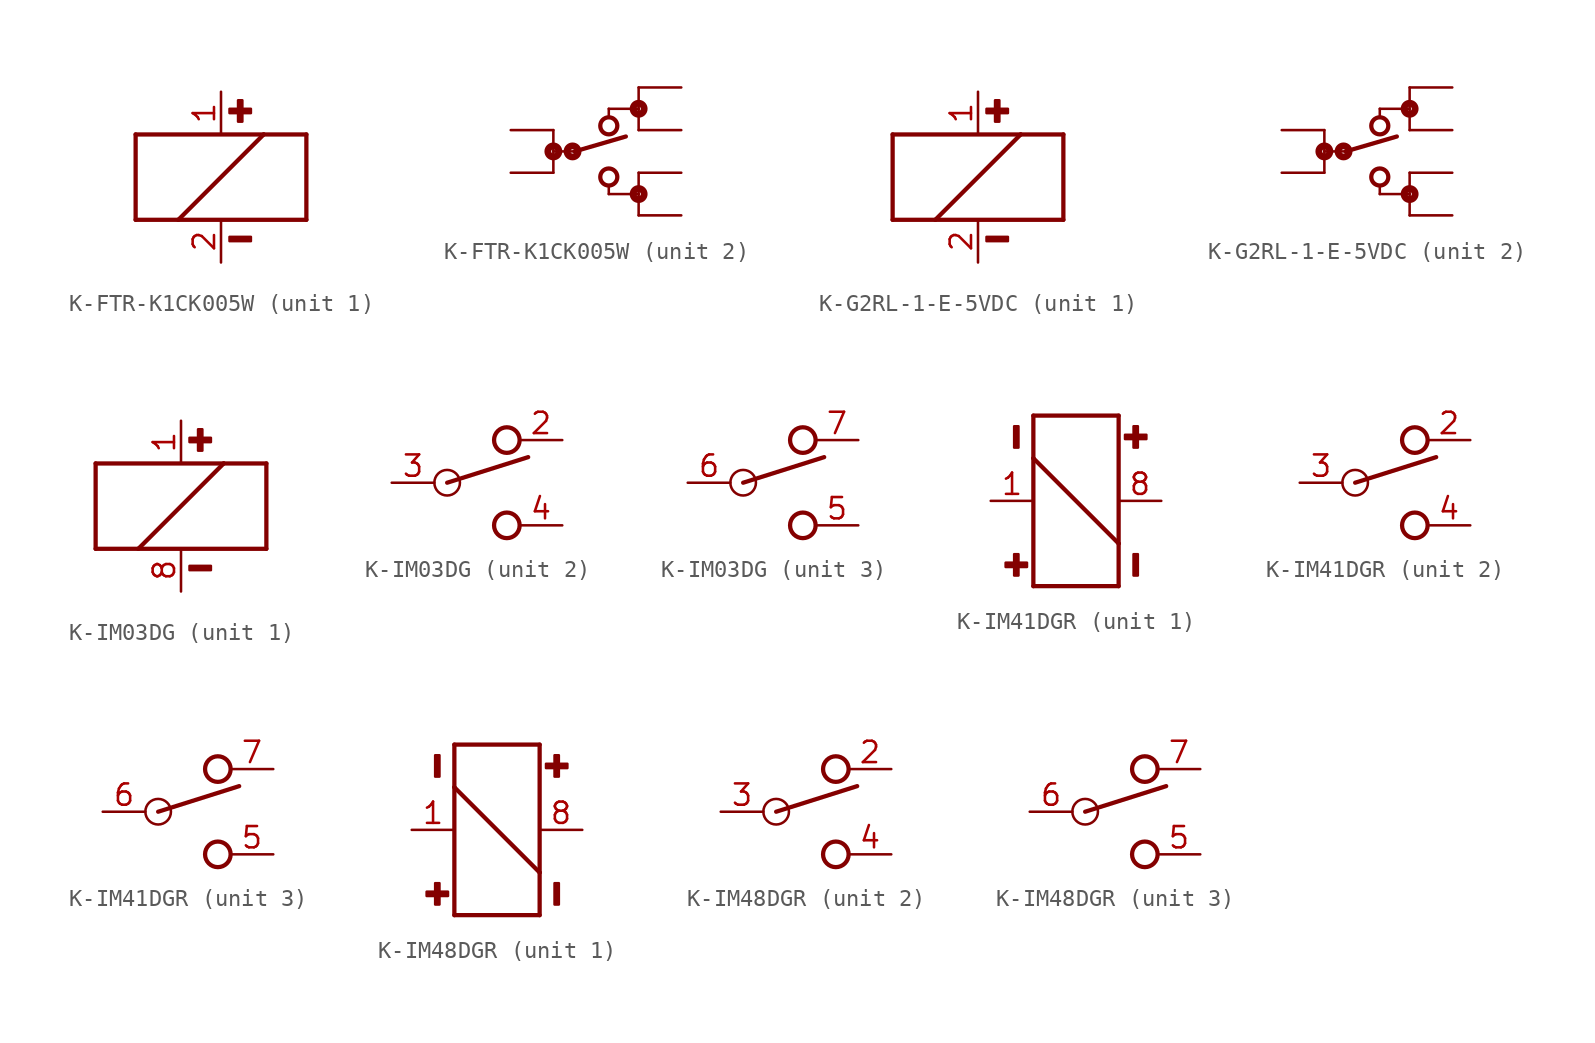
<source format=kicad_sym>
(kicad_symbol_lib
  (version 20231120)
  (generator "kicad_symbol_editor")
  (generator_version "8.0")
  (symbol "K-FTR-K1CK005W"
    (property "Reference" "K"
      (at -2.54 5.08 0)
      (effects (font (size 1.27 1.079)) (justify bottom) (hide yes)))
    (property "ki_locked" ""
      (at 0 0 0)
      (effects (font (size 1.27 1.27))))
    (symbol "K-FTR-K1CK005W_1_0"
      (polyline (pts (xy -5.08 -2.54) (xy -2.54 -2.54)) (stroke (width 0.254) (type solid)) (fill (type none)))
      (polyline (pts (xy -5.08 2.54) (xy -5.08 -2.54)) (stroke (width 0.254) (type solid)) (fill (type none)))
      (polyline (pts (xy -2.54 -2.54) (xy 2.54 2.54)) (stroke (width 0.254) (type solid)) (fill (type none)))
      (polyline (pts (xy -2.54 -2.54) (xy 5.08 -2.54)) (stroke (width 0.254) (type solid)) (fill (type none)))
      (polyline (pts (xy 2.54 2.54) (xy -5.08 2.54)) (stroke (width 0.254) (type solid)) (fill (type none)))
      (polyline (pts (xy 5.08 -2.54) (xy 5.08 2.54)) (stroke (width 0.254) (type solid)) (fill (type none)))
      (polyline (pts (xy 5.08 2.54) (xy 2.54 2.54)) (stroke (width 0.254) (type solid)) (fill (type none)))
      (rectangle (start 0.508 -3.81) (end 1.778 -3.556) (stroke (width 0) (type default)) (fill (type outline)))
      (rectangle (start 0.508 3.81) (end 1.778 4.064) (stroke (width 0) (type default)) (fill (type outline)))
      (rectangle (start 1.016 3.302) (end 1.27 4.572) (stroke (width 0) (type default)) (fill (type outline)))
      (pin passive line (at 0 5.08 270) (length 2.54) (name "P" (effects (font (size 0 0)))) (number "1" (effects (font (size 1.27 1.27)))))
      (pin passive line (at 0 -5.08 90) (length 2.54) (name "M" (effects (font (size 0 0)))) (number "2" (effects (font (size 1.27 1.27))))))
    (symbol "K-FTR-K1CK005W_2_0"
      (circle (center -2.54 1.27) (radius 0.127) (stroke (width 0.406) (type solid)) (fill (type none)))
      (circle (center -1.397 1.27) (radius 0.127) (stroke (width 0.406) (type solid)) (fill (type none)))
      (polyline (pts (xy -2.54 1.27) (xy -2.54 0)) (stroke (width 0.152) (type solid)) (fill (type none)))
      (polyline (pts (xy -2.54 1.27) (xy -1.27 1.27)) (stroke (width 0.152) (type solid)) (fill (type none)))
      (polyline (pts (xy -2.54 2.54) (xy -2.54 1.27)) (stroke (width 0.152) (type solid)) (fill (type none)))
      (polyline (pts (xy -1.27 1.27) (xy 1.778 2.159)) (stroke (width 0.254) (type solid)) (fill (type none)))
      (polyline (pts (xy 0.762 -1.27) (xy 0.762 -0.762)) (stroke (width 0.152) (type solid)) (fill (type none)))
      (polyline (pts (xy 0.762 3.302) (xy 0.762 3.81)) (stroke (width 0.152) (type solid)) (fill (type none)))
      (polyline (pts (xy 0.762 3.81) (xy 2.54 3.81)) (stroke (width 0.152) (type solid)) (fill (type none)))
      (polyline (pts (xy 2.54 -1.27) (xy 0.762 -1.27)) (stroke (width 0.152) (type solid)) (fill (type none)))
      (polyline (pts (xy 2.54 -1.27) (xy 2.54 -2.54)) (stroke (width 0.152) (type solid)) (fill (type none)))
      (polyline (pts (xy 2.54 0) (xy 2.54 -1.27)) (stroke (width 0.152) (type solid)) (fill (type none)))
      (polyline (pts (xy 2.54 3.81) (xy 2.54 2.54)) (stroke (width 0.152) (type solid)) (fill (type none)))
      (polyline (pts (xy 2.54 5.08) (xy 2.54 3.81)) (stroke (width 0.152) (type solid)) (fill (type none)))
      (circle (center 0.762 -0.254) (radius 0.508) (stroke (width 0.254) (type solid)) (fill (type none)))
      (circle (center 0.762 2.794) (radius 0.508) (stroke (width 0.254) (type solid)) (fill (type none)))
      (circle (center 2.54 -1.27) (radius 0.127) (stroke (width 0.406) (type solid)) (fill (type none)))
      (circle (center 2.54 3.81) (radius 0.127) (stroke (width 0.406) (type solid)) (fill (type none)))
      (pin passive line (at -5.08 2.54 0) (length 2.54) (name "C1" (effects (font (size 0 0)))) (number "C1" (effects (font (size 0 0)))))
      (pin passive line (at -5.08 0 0) (length 2.54) (name "C2" (effects (font (size 0 0)))) (number "C2" (effects (font (size 0 0)))))
      (pin passive line (at 5.08 5.08 180) (length 2.54) (name "NC1" (effects (font (size 0 0)))) (number "NC1" (effects (font (size 0 0)))))
      (pin passive line (at 5.08 2.54 180) (length 2.54) (name "NC2" (effects (font (size 0 0)))) (number "NC2" (effects (font (size 0 0)))))
      (pin passive line (at 5.08 0 180) (length 2.54) (name "NO1" (effects (font (size 0 0)))) (number "NO1" (effects (font (size 0 0)))))
      (pin passive line (at 5.08 -2.54 180) (length 2.54) (name "NO2" (effects (font (size 0 0)))) (number "NO2" (effects (font (size 0 0)))))))
  (symbol "K-G2RL-1-E-5VDC"
    (property "Reference" "K"
      (at -2.54 5.08 0)
      (effects (font (size 1.27 1.079)) (justify bottom) (hide yes)))
    (property "ki_locked" ""
      (at 0 0 0)
      (effects (font (size 1.27 1.27))))
    (symbol "K-G2RL-1-E-5VDC_1_0"
      (polyline (pts (xy -5.08 -2.54) (xy -2.54 -2.54)) (stroke (width 0.254) (type solid)) (fill (type none)))
      (polyline (pts (xy -5.08 2.54) (xy -5.08 -2.54)) (stroke (width 0.254) (type solid)) (fill (type none)))
      (polyline (pts (xy -2.54 -2.54) (xy 2.54 2.54)) (stroke (width 0.254) (type solid)) (fill (type none)))
      (polyline (pts (xy -2.54 -2.54) (xy 5.08 -2.54)) (stroke (width 0.254) (type solid)) (fill (type none)))
      (polyline (pts (xy 2.54 2.54) (xy -5.08 2.54)) (stroke (width 0.254) (type solid)) (fill (type none)))
      (polyline (pts (xy 5.08 -2.54) (xy 5.08 2.54)) (stroke (width 0.254) (type solid)) (fill (type none)))
      (polyline (pts (xy 5.08 2.54) (xy 2.54 2.54)) (stroke (width 0.254) (type solid)) (fill (type none)))
      (rectangle (start 0.508 -3.81) (end 1.778 -3.556) (stroke (width 0) (type default)) (fill (type outline)))
      (rectangle (start 0.508 3.81) (end 1.778 4.064) (stroke (width 0) (type default)) (fill (type outline)))
      (rectangle (start 1.016 3.302) (end 1.27 4.572) (stroke (width 0) (type default)) (fill (type outline)))
      (pin passive line (at 0 5.08 270) (length 2.54) (name "P" (effects (font (size 0 0)))) (number "1" (effects (font (size 1.27 1.27)))))
      (pin passive line (at 0 -5.08 90) (length 2.54) (name "M" (effects (font (size 0 0)))) (number "2" (effects (font (size 1.27 1.27))))))
    (symbol "K-G2RL-1-E-5VDC_2_0"
      (circle (center -2.54 1.27) (radius 0.127) (stroke (width 0.406) (type solid)) (fill (type none)))
      (circle (center -1.397 1.27) (radius 0.127) (stroke (width 0.406) (type solid)) (fill (type none)))
      (polyline (pts (xy -2.54 1.27) (xy -2.54 0)) (stroke (width 0.152) (type solid)) (fill (type none)))
      (polyline (pts (xy -2.54 1.27) (xy -1.27 1.27)) (stroke (width 0.152) (type solid)) (fill (type none)))
      (polyline (pts (xy -2.54 2.54) (xy -2.54 1.27)) (stroke (width 0.152) (type solid)) (fill (type none)))
      (polyline (pts (xy -1.27 1.27) (xy 1.778 2.159)) (stroke (width 0.254) (type solid)) (fill (type none)))
      (polyline (pts (xy 0.762 -1.27) (xy 0.762 -0.762)) (stroke (width 0.152) (type solid)) (fill (type none)))
      (polyline (pts (xy 0.762 3.302) (xy 0.762 3.81)) (stroke (width 0.152) (type solid)) (fill (type none)))
      (polyline (pts (xy 0.762 3.81) (xy 2.54 3.81)) (stroke (width 0.152) (type solid)) (fill (type none)))
      (polyline (pts (xy 2.54 -1.27) (xy 0.762 -1.27)) (stroke (width 0.152) (type solid)) (fill (type none)))
      (polyline (pts (xy 2.54 -1.27) (xy 2.54 -2.54)) (stroke (width 0.152) (type solid)) (fill (type none)))
      (polyline (pts (xy 2.54 0) (xy 2.54 -1.27)) (stroke (width 0.152) (type solid)) (fill (type none)))
      (polyline (pts (xy 2.54 3.81) (xy 2.54 2.54)) (stroke (width 0.152) (type solid)) (fill (type none)))
      (polyline (pts (xy 2.54 5.08) (xy 2.54 3.81)) (stroke (width 0.152) (type solid)) (fill (type none)))
      (circle (center 0.762 -0.254) (radius 0.508) (stroke (width 0.254) (type solid)) (fill (type none)))
      (circle (center 0.762 2.794) (radius 0.508) (stroke (width 0.254) (type solid)) (fill (type none)))
      (circle (center 2.54 -1.27) (radius 0.127) (stroke (width 0.406) (type solid)) (fill (type none)))
      (circle (center 2.54 3.81) (radius 0.127) (stroke (width 0.406) (type solid)) (fill (type none)))
      (pin passive line (at -5.08 2.54 0) (length 2.54) (name "C1" (effects (font (size 0 0)))) (number "C1" (effects (font (size 0 0)))))
      (pin passive line (at -5.08 0 0) (length 2.54) (name "C2" (effects (font (size 0 0)))) (number "C2" (effects (font (size 0 0)))))
      (pin passive line (at 5.08 5.08 180) (length 2.54) (name "NC1" (effects (font (size 0 0)))) (number "NC1" (effects (font (size 0 0)))))
      (pin passive line (at 5.08 2.54 180) (length 2.54) (name "NC2" (effects (font (size 0 0)))) (number "NC2" (effects (font (size 0 0)))))
      (pin passive line (at 5.08 0 180) (length 2.54) (name "NO1" (effects (font (size 0 0)))) (number "NO1" (effects (font (size 0 0)))))
      (pin passive line (at 5.08 -2.54 180) (length 2.54) (name "NO2" (effects (font (size 0 0)))) (number "NO2" (effects (font (size 0 0)))))))
  (symbol "K-IM03DG"
    (property "Reference" "K"
      (at 0 5.08 0)
      (effects (font (size 1.778 1.511)) (hide yes)))
    (property "ki_locked" ""
      (at 0 0 0)
      (effects (font (size 1.27 1.27))))
    (symbol "K-IM03DG_1_0"
      (polyline (pts (xy -5.08 -2.54) (xy -2.54 -2.54)) (stroke (width 0.254) (type solid)) (fill (type none)))
      (polyline (pts (xy -5.08 2.54) (xy -5.08 -2.54)) (stroke (width 0.254) (type solid)) (fill (type none)))
      (polyline (pts (xy -2.54 -2.54) (xy 2.54 2.54)) (stroke (width 0.254) (type solid)) (fill (type none)))
      (polyline (pts (xy -2.54 -2.54) (xy 5.08 -2.54)) (stroke (width 0.254) (type solid)) (fill (type none)))
      (polyline (pts (xy 2.54 2.54) (xy -5.08 2.54)) (stroke (width 0.254) (type solid)) (fill (type none)))
      (polyline (pts (xy 5.08 -2.54) (xy 5.08 2.54)) (stroke (width 0.254) (type solid)) (fill (type none)))
      (polyline (pts (xy 5.08 2.54) (xy 2.54 2.54)) (stroke (width 0.254) (type solid)) (fill (type none)))
      (rectangle (start 0.508 -3.81) (end 1.778 -3.556) (stroke (width 0) (type default)) (fill (type outline)))
      (rectangle (start 0.508 3.81) (end 1.778 4.064) (stroke (width 0) (type default)) (fill (type outline)))
      (rectangle (start 1.016 3.302) (end 1.27 4.572) (stroke (width 0) (type default)) (fill (type outline)))
      (pin passive line (at 0 5.08 270) (length 2.54) (name "P" (effects (font (size 0 0)))) (number "1" (effects (font (size 1.27 1.27)))))
      (pin passive line (at 0 -5.08 90) (length 2.54) (name "M" (effects (font (size 0 0)))) (number "8" (effects (font (size 1.27 1.27))))))
    (symbol "K-IM03DG_2_0"
      (circle (center -1.778 0) (radius 0.762) (stroke (width 0) (type solid)) (fill (type none)))
      (polyline (pts (xy -1.778 0) (xy 3.048 1.524)) (stroke (width 0.254) (type solid)) (fill (type none)))
      (circle (center 1.778 -2.54) (radius 0.762) (stroke (width 0.254) (type solid)) (fill (type none)))
      (circle (center 1.778 2.54) (radius 0.762) (stroke (width 0.254) (type solid)) (fill (type none)))
      (pin passive line (at 5.08 2.54 180) (length 2.54) (name "NC" (effects (font (size 0 0)))) (number "2" (effects (font (size 1.27 1.27)))))
      (pin passive line (at -5.08 0 0) (length 2.54) (name "C" (effects (font (size 0 0)))) (number "3" (effects (font (size 1.27 1.27)))))
      (pin passive line (at 5.08 -2.54 180) (length 2.54) (name "NO" (effects (font (size 0 0)))) (number "4" (effects (font (size 1.27 1.27))))))
    (symbol "K-IM03DG_3_0"
      (circle (center -1.778 0) (radius 0.762) (stroke (width 0) (type solid)) (fill (type none)))
      (polyline (pts (xy -1.778 0) (xy 3.048 1.524)) (stroke (width 0.254) (type solid)) (fill (type none)))
      (circle (center 1.778 -2.54) (radius 0.762) (stroke (width 0.254) (type solid)) (fill (type none)))
      (circle (center 1.778 2.54) (radius 0.762) (stroke (width 0.254) (type solid)) (fill (type none)))
      (pin passive line (at 5.08 -2.54 180) (length 2.54) (name "NO" (effects (font (size 0 0)))) (number "5" (effects (font (size 1.27 1.27)))))
      (pin passive line (at -5.08 0 0) (length 2.54) (name "C" (effects (font (size 0 0)))) (number "6" (effects (font (size 1.27 1.27)))))
      (pin passive line (at 5.08 2.54 180) (length 2.54) (name "NC" (effects (font (size 0 0)))) (number "7" (effects (font (size 1.27 1.27)))))))
  (symbol "K-IM41DGR"
    (property "Reference" "K"
      (at 0 5.08 0)
      (effects (font (size 1.778 1.511)) (hide yes)))
    (property "ki_locked" ""
      (at 0 0 0)
      (effects (font (size 1.27 1.27))))
    (symbol "K-IM41DGR_1_0"
      (rectangle (start -3.429 -4.445) (end -3.683 -3.175) (stroke (width 0) (type default)) (fill (type outline)))
      (rectangle (start -3.429 3.175) (end -3.683 4.445) (stroke (width 0) (type default)) (fill (type outline)))
      (rectangle (start -2.921 -3.937) (end -4.191 -3.683) (stroke (width 0) (type default)) (fill (type outline)))
      (polyline (pts (xy -2.54 -5.08) (xy 2.54 -5.08)) (stroke (width 0.254) (type solid)) (fill (type none)))
      (polyline (pts (xy -2.54 2.54) (xy -2.54 -5.08)) (stroke (width 0.254) (type solid)) (fill (type none)))
      (polyline (pts (xy -2.54 2.54) (xy 2.54 -2.54)) (stroke (width 0.254) (type solid)) (fill (type none)))
      (polyline (pts (xy -2.54 5.08) (xy -2.54 2.54)) (stroke (width 0.254) (type solid)) (fill (type none)))
      (polyline (pts (xy 2.54 -5.08) (xy 2.54 -2.54)) (stroke (width 0.254) (type solid)) (fill (type none)))
      (polyline (pts (xy 2.54 -2.54) (xy 2.54 5.08)) (stroke (width 0.254) (type solid)) (fill (type none)))
      (polyline (pts (xy 2.54 5.08) (xy -2.54 5.08)) (stroke (width 0.254) (type solid)) (fill (type none)))
      (rectangle (start 3.683 -4.445) (end 3.429 -3.175) (stroke (width 0) (type default)) (fill (type outline)))
      (rectangle (start 3.683 3.175) (end 3.429 4.445) (stroke (width 0) (type default)) (fill (type outline)))
      (rectangle (start 4.191 3.683) (end 2.921 3.937) (stroke (width 0) (type default)) (fill (type outline)))
      (pin passive line (at -5.08 0 0) (length 2.54) (name "M" (effects (font (size 0 0)))) (number "1" (effects (font (size 1.27 1.27)))))
      (pin passive line (at 5.08 0 180) (length 2.54) (name "P" (effects (font (size 0 0)))) (number "8" (effects (font (size 1.27 1.27))))))
    (symbol "K-IM41DGR_2_0"
      (circle (center -1.778 0) (radius 0.762) (stroke (width 0) (type solid)) (fill (type none)))
      (polyline (pts (xy -1.778 0) (xy 3.048 1.524)) (stroke (width 0.254) (type solid)) (fill (type none)))
      (circle (center 1.778 -2.54) (radius 0.762) (stroke (width 0.254) (type solid)) (fill (type none)))
      (circle (center 1.778 2.54) (radius 0.762) (stroke (width 0.254) (type solid)) (fill (type none)))
      (pin passive line (at 5.08 2.54 180) (length 2.54) (name "NC" (effects (font (size 0 0)))) (number "2" (effects (font (size 1.27 1.27)))))
      (pin passive line (at -5.08 0 0) (length 2.54) (name "C" (effects (font (size 0 0)))) (number "3" (effects (font (size 1.27 1.27)))))
      (pin passive line (at 5.08 -2.54 180) (length 2.54) (name "NO" (effects (font (size 0 0)))) (number "4" (effects (font (size 1.27 1.27))))))
    (symbol "K-IM41DGR_3_0"
      (circle (center -1.778 0) (radius 0.762) (stroke (width 0) (type solid)) (fill (type none)))
      (polyline (pts (xy -1.778 0) (xy 3.048 1.524)) (stroke (width 0.254) (type solid)) (fill (type none)))
      (circle (center 1.778 -2.54) (radius 0.762) (stroke (width 0.254) (type solid)) (fill (type none)))
      (circle (center 1.778 2.54) (radius 0.762) (stroke (width 0.254) (type solid)) (fill (type none)))
      (pin passive line (at 5.08 -2.54 180) (length 2.54) (name "NO" (effects (font (size 0 0)))) (number "5" (effects (font (size 1.27 1.27)))))
      (pin passive line (at -5.08 0 0) (length 2.54) (name "C" (effects (font (size 0 0)))) (number "6" (effects (font (size 1.27 1.27)))))
      (pin passive line (at 5.08 2.54 180) (length 2.54) (name "NC" (effects (font (size 0 0)))) (number "7" (effects (font (size 1.27 1.27)))))))
  (symbol "K-IM48DGR"
    (property "Reference" "K"
      (at 0 5.08 0)
      (effects (font (size 1.778 1.511)) (hide yes)))
    (property "ki_locked" ""
      (at 0 0 0)
      (effects (font (size 1.27 1.27))))
    (symbol "K-IM48DGR_1_0"
      (rectangle (start -3.429 -4.445) (end -3.683 -3.175) (stroke (width 0) (type default)) (fill (type outline)))
      (rectangle (start -3.429 3.175) (end -3.683 4.445) (stroke (width 0) (type default)) (fill (type outline)))
      (rectangle (start -2.921 -3.937) (end -4.191 -3.683) (stroke (width 0) (type default)) (fill (type outline)))
      (polyline (pts (xy -2.54 -5.08) (xy 2.54 -5.08)) (stroke (width 0.254) (type solid)) (fill (type none)))
      (polyline (pts (xy -2.54 2.54) (xy -2.54 -5.08)) (stroke (width 0.254) (type solid)) (fill (type none)))
      (polyline (pts (xy -2.54 2.54) (xy 2.54 -2.54)) (stroke (width 0.254) (type solid)) (fill (type none)))
      (polyline (pts (xy -2.54 5.08) (xy -2.54 2.54)) (stroke (width 0.254) (type solid)) (fill (type none)))
      (polyline (pts (xy 2.54 -5.08) (xy 2.54 -2.54)) (stroke (width 0.254) (type solid)) (fill (type none)))
      (polyline (pts (xy 2.54 -2.54) (xy 2.54 5.08)) (stroke (width 0.254) (type solid)) (fill (type none)))
      (polyline (pts (xy 2.54 5.08) (xy -2.54 5.08)) (stroke (width 0.254) (type solid)) (fill (type none)))
      (rectangle (start 3.683 -4.445) (end 3.429 -3.175) (stroke (width 0) (type default)) (fill (type outline)))
      (rectangle (start 3.683 3.175) (end 3.429 4.445) (stroke (width 0) (type default)) (fill (type outline)))
      (rectangle (start 4.191 3.683) (end 2.921 3.937) (stroke (width 0) (type default)) (fill (type outline)))
      (pin passive line (at -5.08 0 0) (length 2.54) (name "M" (effects (font (size 0 0)))) (number "1" (effects (font (size 1.27 1.27)))))
      (pin passive line (at 5.08 0 180) (length 2.54) (name "P" (effects (font (size 0 0)))) (number "8" (effects (font (size 1.27 1.27))))))
    (symbol "K-IM48DGR_2_0"
      (circle (center -1.778 0) (radius 0.762) (stroke (width 0) (type solid)) (fill (type none)))
      (polyline (pts (xy -1.778 0) (xy 3.048 1.524)) (stroke (width 0.254) (type solid)) (fill (type none)))
      (circle (center 1.778 -2.54) (radius 0.762) (stroke (width 0.254) (type solid)) (fill (type none)))
      (circle (center 1.778 2.54) (radius 0.762) (stroke (width 0.254) (type solid)) (fill (type none)))
      (pin passive line (at 5.08 2.54 180) (length 2.54) (name "NC" (effects (font (size 0 0)))) (number "2" (effects (font (size 1.27 1.27)))))
      (pin passive line (at -5.08 0 0) (length 2.54) (name "C" (effects (font (size 0 0)))) (number "3" (effects (font (size 1.27 1.27)))))
      (pin passive line (at 5.08 -2.54 180) (length 2.54) (name "NO" (effects (font (size 0 0)))) (number "4" (effects (font (size 1.27 1.27))))))
    (symbol "K-IM48DGR_3_0"
      (circle (center -1.778 0) (radius 0.762) (stroke (width 0) (type solid)) (fill (type none)))
      (polyline (pts (xy -1.778 0) (xy 3.048 1.524)) (stroke (width 0.254) (type solid)) (fill (type none)))
      (circle (center 1.778 -2.54) (radius 0.762) (stroke (width 0.254) (type solid)) (fill (type none)))
      (circle (center 1.778 2.54) (radius 0.762) (stroke (width 0.254) (type solid)) (fill (type none)))
      (pin passive line (at 5.08 -2.54 180) (length 2.54) (name "NO" (effects (font (size 0 0)))) (number "5" (effects (font (size 1.27 1.27)))))
      (pin passive line (at -5.08 0 0) (length 2.54) (name "C" (effects (font (size 0 0)))) (number "6" (effects (font (size 1.27 1.27)))))
      (pin passive line (at 5.08 2.54 180) (length 2.54) (name "NC" (effects (font (size 0 0)))) (number "7" (effects (font (size 1.27 1.27))))))))
</source>
